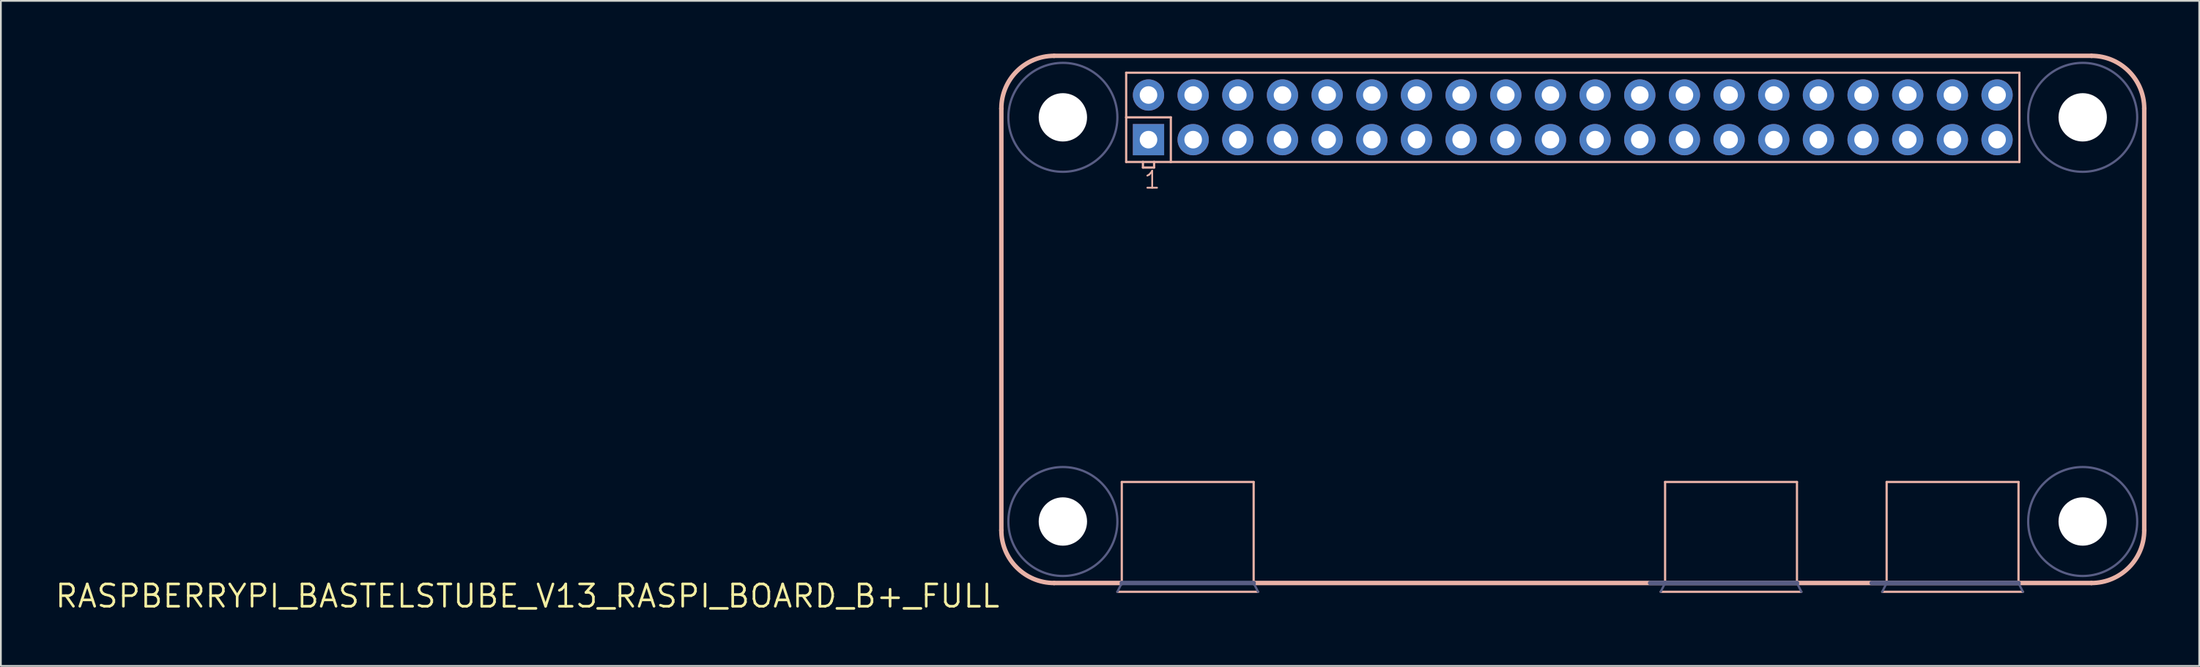
<source format=kicad_pcb>
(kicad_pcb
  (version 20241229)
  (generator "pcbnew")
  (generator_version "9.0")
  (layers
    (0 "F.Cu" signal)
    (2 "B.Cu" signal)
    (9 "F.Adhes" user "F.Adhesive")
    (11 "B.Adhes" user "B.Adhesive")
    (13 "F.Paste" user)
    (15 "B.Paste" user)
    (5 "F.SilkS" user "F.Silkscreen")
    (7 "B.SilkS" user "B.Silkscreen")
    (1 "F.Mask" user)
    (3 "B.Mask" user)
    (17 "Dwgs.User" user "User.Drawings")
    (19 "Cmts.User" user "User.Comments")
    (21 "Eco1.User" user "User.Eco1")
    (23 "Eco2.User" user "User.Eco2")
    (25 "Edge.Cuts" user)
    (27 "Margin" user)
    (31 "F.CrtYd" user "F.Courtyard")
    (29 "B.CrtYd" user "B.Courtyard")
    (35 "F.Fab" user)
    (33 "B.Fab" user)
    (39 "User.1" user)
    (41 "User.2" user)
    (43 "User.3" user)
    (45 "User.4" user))
  (footprint "RASPBERRYPI_BASTELSTUBE_V13_RASPI_BOARD_B+_FULL"
    (layer "F.Cu")
    (at 53.899 30.127)
    (property "Reference" "RASPBERRYPI_BASTELSTUBE_V13_RASPI_BOARD_B+_FULL" (at 0 0 0) (layer "F.SilkS") (effects (font (size 1.27 1.27) (thickness 0.15)) (justify right top)))
    (attr through_hole)
    (fp_line (start 0 -27) (end 0 -3) (stroke (width 0.254) (type solid)) (layer "B.SilkS"))
    (fp_line (start 3 0) (end 6.85 0) (stroke (width 0.254) (type solid)) (layer "B.SilkS"))
    (fp_line (start 6.6 0.5) (end 14.6 0.5) (stroke (width 0.127) (type solid)) (layer "B.SilkS"))
    (fp_line (start 6.85 -5.75) (end 14.35 -5.75) (stroke (width 0.127) (type solid)) (layer "B.SilkS"))
    (fp_line (start 6.85 0) (end 6.85 -5.75) (stroke (width 0.127) (type solid)) (layer "B.SilkS"))
    (fp_line (start 7.1 -29.04) (end 7.1 -26.5) (stroke (width 0.127) (type solid)) (layer "B.SilkS"))
    (fp_line (start 7.1 -26.5) (end 7.1 -23.96) (stroke (width 0.127) (type solid)) (layer "B.SilkS"))
    (fp_line (start 7.1 -26.5) (end 9.64 -26.5) (stroke (width 0.127) (type solid)) (layer "B.SilkS"))
    (fp_line (start 7.1 -23.96) (end 8.053 -23.96) (stroke (width 0.127) (type solid)) (layer "B.SilkS"))
    (fp_line (start 8.053 -23.96) (end 8.053 -23.642) (stroke (width 0.127) (type solid)) (layer "B.SilkS"))
    (fp_line (start 8.053 -23.96) (end 8.688 -23.96) (stroke (width 0.127) (type solid)) (layer "B.SilkS"))
    (fp_line (start 8.053 -23.642) (end 8.688 -23.642) (stroke (width 0.127) (type solid)) (layer "B.SilkS"))
    (fp_line (start 8.688 -23.96) (end 9.64 -23.96) (stroke (width 0.127) (type solid)) (layer "B.SilkS"))
    (fp_line (start 8.688 -23.642) (end 8.688 -23.96) (stroke (width 0.127) (type solid)) (layer "B.SilkS"))
    (fp_line (start 9.64 -26.5) (end 9.64 -23.96) (stroke (width 0.127) (type solid)) (layer "B.SilkS"))
    (fp_line (start 9.64 -23.96) (end 57.9 -23.96) (stroke (width 0.127) (type solid)) (layer "B.SilkS"))
    (fp_line (start 14.35 -5.75) (end 14.35 0) (stroke (width 0.127) (type solid)) (layer "B.SilkS"))
    (fp_line (start 14.35 0) (end 62 0) (stroke (width 0.254) (type solid)) (layer "B.SilkS"))
    (fp_line (start 37.5 0.5) (end 45.5 0.5) (stroke (width 0.127) (type solid)) (layer "B.SilkS"))
    (fp_line (start 37.75 -5.75) (end 45.25 -5.75) (stroke (width 0.127) (type solid)) (layer "B.SilkS"))
    (fp_line (start 37.75 0) (end 37.75 -5.75) (stroke (width 0.127) (type solid)) (layer "B.SilkS"))
    (fp_line (start 45.25 -5.75) (end 45.25 0) (stroke (width 0.127) (type solid)) (layer "B.SilkS"))
    (fp_line (start 50.1 0.5) (end 58.1 0.5) (stroke (width 0.127) (type solid)) (layer "B.SilkS"))
    (fp_line (start 50.35 -5.75) (end 57.85 -5.75) (stroke (width 0.127) (type solid)) (layer "B.SilkS"))
    (fp_line (start 50.35 0) (end 50.35 -5.75) (stroke (width 0.127) (type solid)) (layer "B.SilkS"))
    (fp_line (start 57.85 -5.75) (end 57.85 0) (stroke (width 0.127) (type solid)) (layer "B.SilkS"))
    (fp_line (start 57.9 -29.04) (end 7.1 -29.04) (stroke (width 0.127) (type solid)) (layer "B.SilkS"))
    (fp_line (start 57.9 -23.96) (end 57.9 -29.04) (stroke (width 0.127) (type solid)) (layer "B.SilkS"))
    (fp_line (start 62 -30) (end 3 -30) (stroke (width 0.254) (type solid)) (layer "B.SilkS"))
    (fp_line (start 65 -3) (end 65 -27) (stroke (width 0.254) (type solid)) (layer "B.SilkS"))
    (fp_arc (start 0 -27) (mid 0.87868 -29.12132) (end 3 -30) (stroke (width 0.254) (type solid)) (layer "B.SilkS"))
    (fp_arc (start 3 0) (mid 0.87868 -0.87868) (end 0 -3) (stroke (width 0.254) (type solid)) (layer "B.SilkS"))
    (fp_arc (start 62 -30) (mid 64.12132 -29.12132) (end 65 -27) (stroke (width 0.254) (type solid)) (layer "B.SilkS"))
    (fp_arc (start 65 -3) (mid 64.12132 -0.87868) (end 62 0) (stroke (width 0.254) (type solid)) (layer "B.SilkS"))
    (fp_line (start 6.85 0) (end 6.6 0.5) (stroke (width 0.127) (type solid)) (layer "B.Fab"))
    (fp_line (start 6.85 0) (end 14.35 0) (stroke (width 0.254) (type solid)) (layer "B.Fab"))
    (fp_line (start 14.6 0.5) (end 14.35 0) (stroke (width 0.127) (type solid)) (layer "B.Fab"))
    (fp_line (start 36.9 0) (end 37.75 0) (stroke (width 0.254) (type solid)) (layer "B.Fab"))
    (fp_line (start 37.75 0) (end 37.5 0.5) (stroke (width 0.127) (type solid)) (layer "B.Fab"))
    (fp_line (start 37.75 0) (end 45.25 0) (stroke (width 0.254) (type solid)) (layer "B.Fab"))
    (fp_line (start 45.5 0.5) (end 45.25 0) (stroke (width 0.127) (type solid)) (layer "B.Fab"))
    (fp_line (start 49.5 0) (end 50.35 0) (stroke (width 0.254) (type solid)) (layer "B.Fab"))
    (fp_line (start 50.35 0) (end 50.1 0.5) (stroke (width 0.127) (type solid)) (layer "B.Fab"))
    (fp_line (start 50.35 0) (end 57.85 0) (stroke (width 0.254) (type solid)) (layer "B.Fab"))
    (fp_line (start 58.1 0.5) (end 57.85 0) (stroke (width 0.127) (type solid)) (layer "B.Fab"))
    (fp_circle (center 3.5 -26.5) (end 6.6 -26.5) (stroke (width 0.127) (type solid)) (fill no) (layer "B.Fab"))
    (fp_circle (center 3.5 -3.5) (end 6.6 -3.5) (stroke (width 0.127) (type solid)) (fill no) (layer "B.Fab"))
    (fp_circle (center 61.5 -26.5) (end 64.6 -26.5) (stroke (width 0.127) (type solid)) (fill no) (layer "B.Fab"))
    (fp_circle (center 61.5 -3.5) (end 64.6 -3.5) (stroke (width 0.127) (type solid)) (fill no) (layer "B.Fab"))
    (fp_text user "1" (at 8.053 -22.372 0) (layer "B.SilkS") (effects (font (size 0.965 0.965) (thickness 0.102)) (justify left bottom)))
    (pad "" np_thru_hole circle (at 3.5 -26.5) (size 2.75 2.75) (drill 2.75) (layers "*.Cu" "*.Mask"))
    (pad "" np_thru_hole circle (at 3.5 -3.5) (size 2.75 2.75) (drill 2.75) (layers "*.Cu" "*.Mask"))
    (pad "" np_thru_hole circle (at 61.5 -26.5) (size 2.75 2.75) (drill 2.75) (layers "*.Cu" "*.Mask"))
    (pad "" np_thru_hole circle (at 61.5 -3.5) (size 2.75 2.75) (drill 2.75) (layers "*.Cu" "*.Mask"))
    (pad "1" thru_hole rect (at 8.37 -25.23) (size 1.778 1.778) (drill 1) (layers "*.Cu" "*.Mask"))
    (pad "2" thru_hole circle (at 8.37 -27.77) (size 1.778 1.778) (drill 1) (layers "*.Cu" "*.Mask"))
    (pad "3" thru_hole circle (at 10.91 -25.23) (size 1.778 1.778) (drill 1) (layers "*.Cu" "*.Mask"))
    (pad "4" thru_hole circle (at 10.91 -27.77) (size 1.778 1.778) (drill 1) (layers "*.Cu" "*.Mask"))
    (pad "5" thru_hole circle (at 13.45 -25.23) (size 1.778 1.778) (drill 1) (layers "*.Cu" "*.Mask"))
    (pad "6" thru_hole circle (at 13.45 -27.77) (size 1.778 1.778) (drill 1) (layers "*.Cu" "*.Mask"))
    (pad "7" thru_hole circle (at 15.99 -25.23) (size 1.778 1.778) (drill 1) (layers "*.Cu" "*.Mask"))
    (pad "8" thru_hole circle (at 15.99 -27.77) (size 1.778 1.778) (drill 1) (layers "*.Cu" "*.Mask"))
    (pad "9" thru_hole circle (at 18.53 -25.23) (size 1.778 1.778) (drill 1) (layers "*.Cu" "*.Mask"))
    (pad "10" thru_hole circle (at 18.53 -27.77) (size 1.778 1.778) (drill 1) (layers "*.Cu" "*.Mask"))
    (pad "11" thru_hole circle (at 21.07 -25.23) (size 1.778 1.778) (drill 1) (layers "*.Cu" "*.Mask"))
    (pad "12" thru_hole circle (at 21.07 -27.77) (size 1.778 1.778) (drill 1) (layers "*.Cu" "*.Mask"))
    (pad "13" thru_hole circle (at 23.61 -25.23) (size 1.778 1.778) (drill 1) (layers "*.Cu" "*.Mask"))
    (pad "14" thru_hole circle (at 23.61 -27.77) (size 1.778 1.778) (drill 1) (layers "*.Cu" "*.Mask"))
    (pad "15" thru_hole circle (at 26.15 -25.23) (size 1.778 1.778) (drill 1) (layers "*.Cu" "*.Mask"))
    (pad "16" thru_hole circle (at 26.15 -27.77) (size 1.778 1.778) (drill 1) (layers "*.Cu" "*.Mask"))
    (pad "17" thru_hole circle (at 28.69 -25.23) (size 1.778 1.778) (drill 1) (layers "*.Cu" "*.Mask"))
    (pad "18" thru_hole circle (at 28.69 -27.77) (size 1.778 1.778) (drill 1) (layers "*.Cu" "*.Mask"))
    (pad "19" thru_hole circle (at 31.23 -25.23) (size 1.778 1.778) (drill 1) (layers "*.Cu" "*.Mask"))
    (pad "20" thru_hole circle (at 31.23 -27.77) (size 1.778 1.778) (drill 1) (layers "*.Cu" "*.Mask"))
    (pad "21" thru_hole circle (at 33.77 -25.23) (size 1.778 1.778) (drill 1) (layers "*.Cu" "*.Mask"))
    (pad "22" thru_hole circle (at 33.77 -27.77) (size 1.778 1.778) (drill 1) (layers "*.Cu" "*.Mask"))
    (pad "23" thru_hole circle (at 36.31 -25.23) (size 1.778 1.778) (drill 1) (layers "*.Cu" "*.Mask"))
    (pad "24" thru_hole circle (at 36.31 -27.77) (size 1.778 1.778) (drill 1) (layers "*.Cu" "*.Mask"))
    (pad "25" thru_hole circle (at 38.85 -25.23) (size 1.778 1.778) (drill 1) (layers "*.Cu" "*.Mask"))
    (pad "26" thru_hole circle (at 38.85 -27.77) (size 1.778 1.778) (drill 1) (layers "*.Cu" "*.Mask"))
    (pad "27" thru_hole circle (at 41.39 -25.23) (size 1.778 1.778) (drill 1) (layers "*.Cu" "*.Mask"))
    (pad "28" thru_hole circle (at 41.39 -27.77) (size 1.778 1.778) (drill 1) (layers "*.Cu" "*.Mask"))
    (pad "29" thru_hole circle (at 43.93 -25.23) (size 1.778 1.778) (drill 1) (layers "*.Cu" "*.Mask"))
    (pad "30" thru_hole circle (at 43.93 -27.77) (size 1.778 1.778) (drill 1) (layers "*.Cu" "*.Mask"))
    (pad "31" thru_hole circle (at 46.47 -25.23) (size 1.778 1.778) (drill 1) (layers "*.Cu" "*.Mask"))
    (pad "32" thru_hole circle (at 46.47 -27.77) (size 1.778 1.778) (drill 1) (layers "*.Cu" "*.Mask"))
    (pad "33" thru_hole circle (at 49.01 -25.23) (size 1.778 1.778) (drill 1) (layers "*.Cu" "*.Mask"))
    (pad "34" thru_hole circle (at 49.01 -27.77) (size 1.778 1.778) (drill 1) (layers "*.Cu" "*.Mask"))
    (pad "35" thru_hole circle (at 51.55 -25.23) (size 1.778 1.778) (drill 1) (layers "*.Cu" "*.Mask"))
    (pad "36" thru_hole circle (at 51.55 -27.77) (size 1.778 1.778) (drill 1) (layers "*.Cu" "*.Mask"))
    (pad "37" thru_hole circle (at 54.09 -25.23) (size 1.778 1.778) (drill 1) (layers "*.Cu" "*.Mask"))
    (pad "38" thru_hole circle (at 54.09 -27.77) (size 1.778 1.778) (drill 1) (layers "*.Cu" "*.Mask"))
    (pad "39" thru_hole circle (at 56.63 -25.23) (size 1.778 1.778) (drill 1) (layers "*.Cu" "*.Mask"))
    (pad "40" thru_hole circle (at 56.63 -27.77) (size 1.778 1.778) (drill 1) (layers "*.Cu" "*.Mask")))
  (gr_rect
    (start -3 -3)
    (end 122.026 34.847)
    (stroke (width 0.1) (type default))
    (fill no)
    (layer "Edge.Cuts")))
</source>
